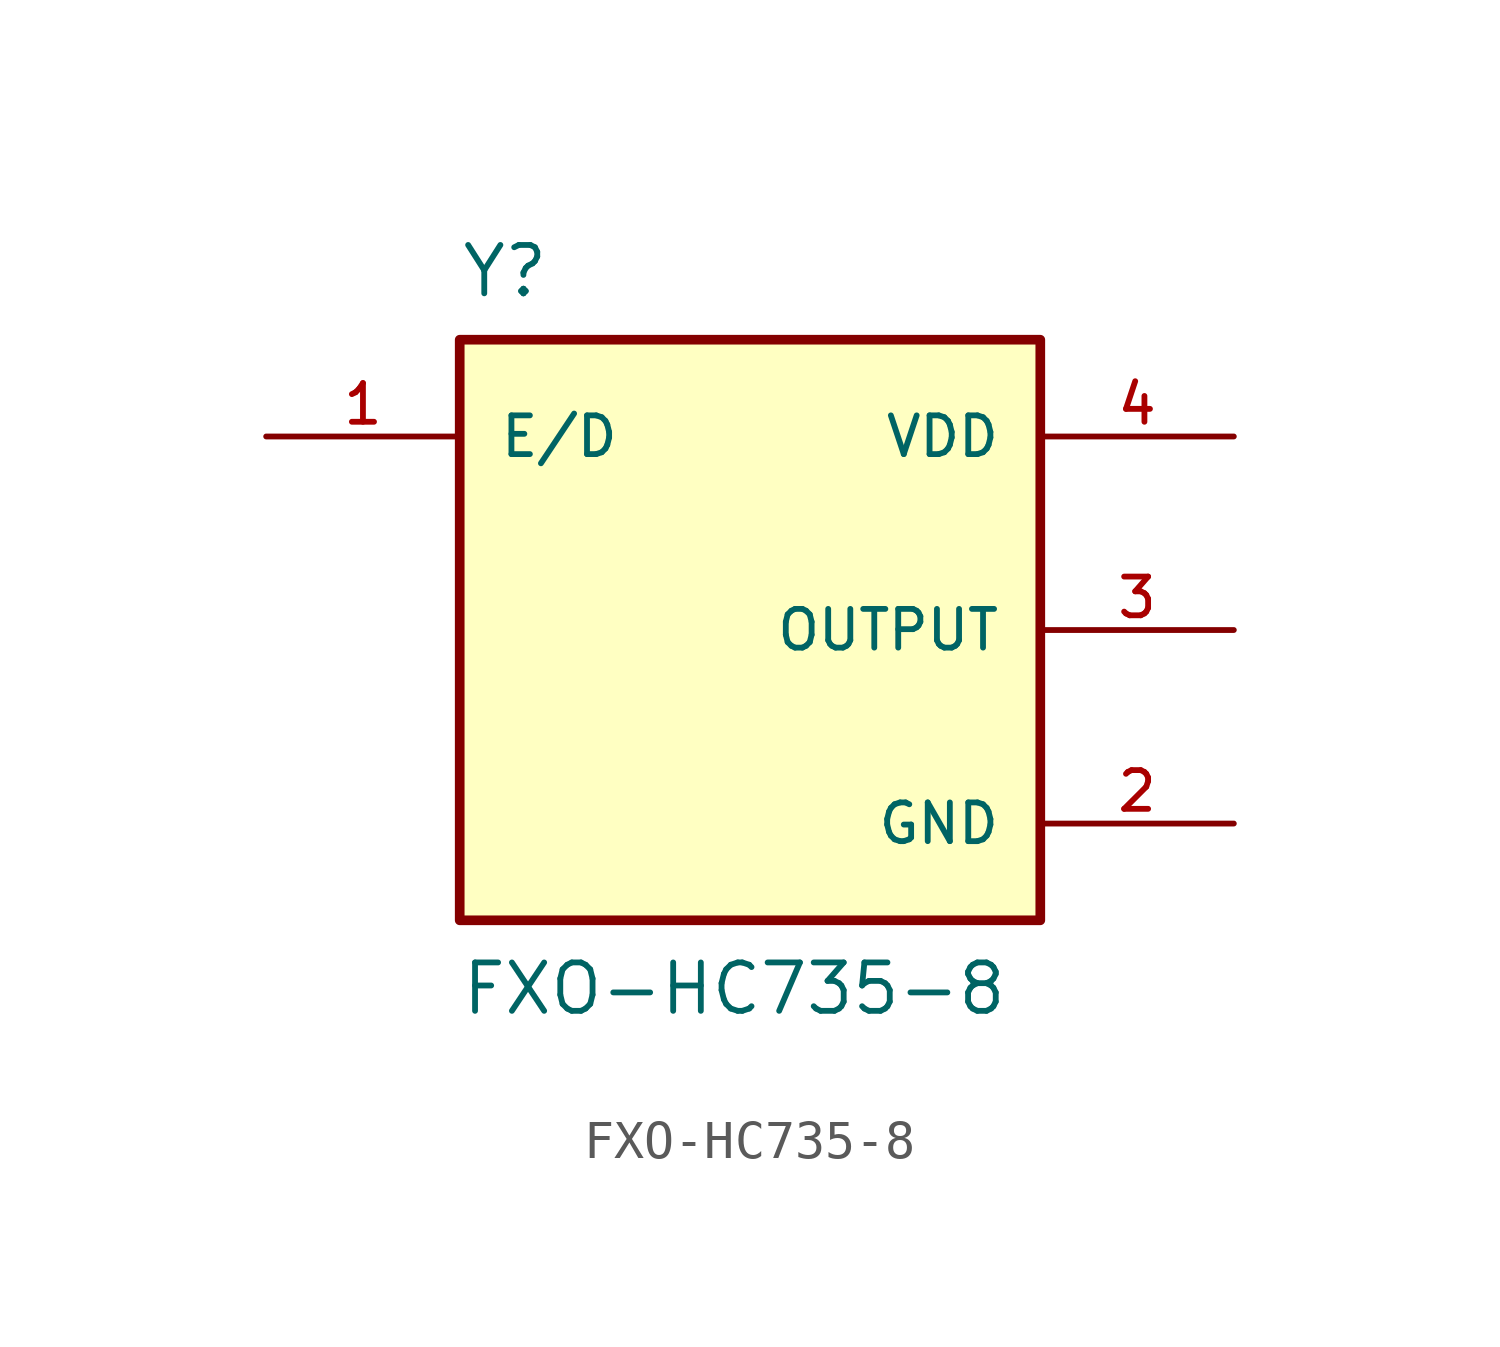
<source format=kicad_sym>
(kicad_symbol_lib
  (version 20211014)
  (generator kicad_symbol_editor)
  (symbol "FXO-HC735-8"
    (pin_names
      (offset 1.016))
    (property "Reference" "Y"
      (at -7.62 10.16 0)
      (effects (font (size 1.27 1.27)) (justify top left)))
    (property "Value" "FXO-HC735-8"
      (at -7.62 -10.16 0)
      (effects (font (size 1.27 1.27)) (justify bottom left)))
    (symbol "FXO-HC735-8_0_0"
      (rectangle (start -7.62 -7.62) (end 7.62 7.62) (stroke (width 0.254)) (fill (type background)))
      (pin input line (at -12.7 5.08 0) (length 5.08) (name "E/D" (effects (font (size 1.016 1.016)))) (number "1" (effects (font (size 1.016 1.016)))))
      (pin power_in line (at 12.7 -5.08 180.0) (length 5.08) (name "GND" (effects (font (size 1.016 1.016)))) (number "2" (effects (font (size 1.016 1.016)))))
      (pin power_in line (at 12.7 5.08 180.0) (length 5.08) (name "VDD" (effects (font (size 1.016 1.016)))) (number "4" (effects (font (size 1.016 1.016)))))
      (pin output line (at 12.7 0.0 180.0) (length 5.08) (name "OUTPUT" (effects (font (size 1.016 1.016)))) (number "3" (effects (font (size 1.016 1.016))))))))
</source>
